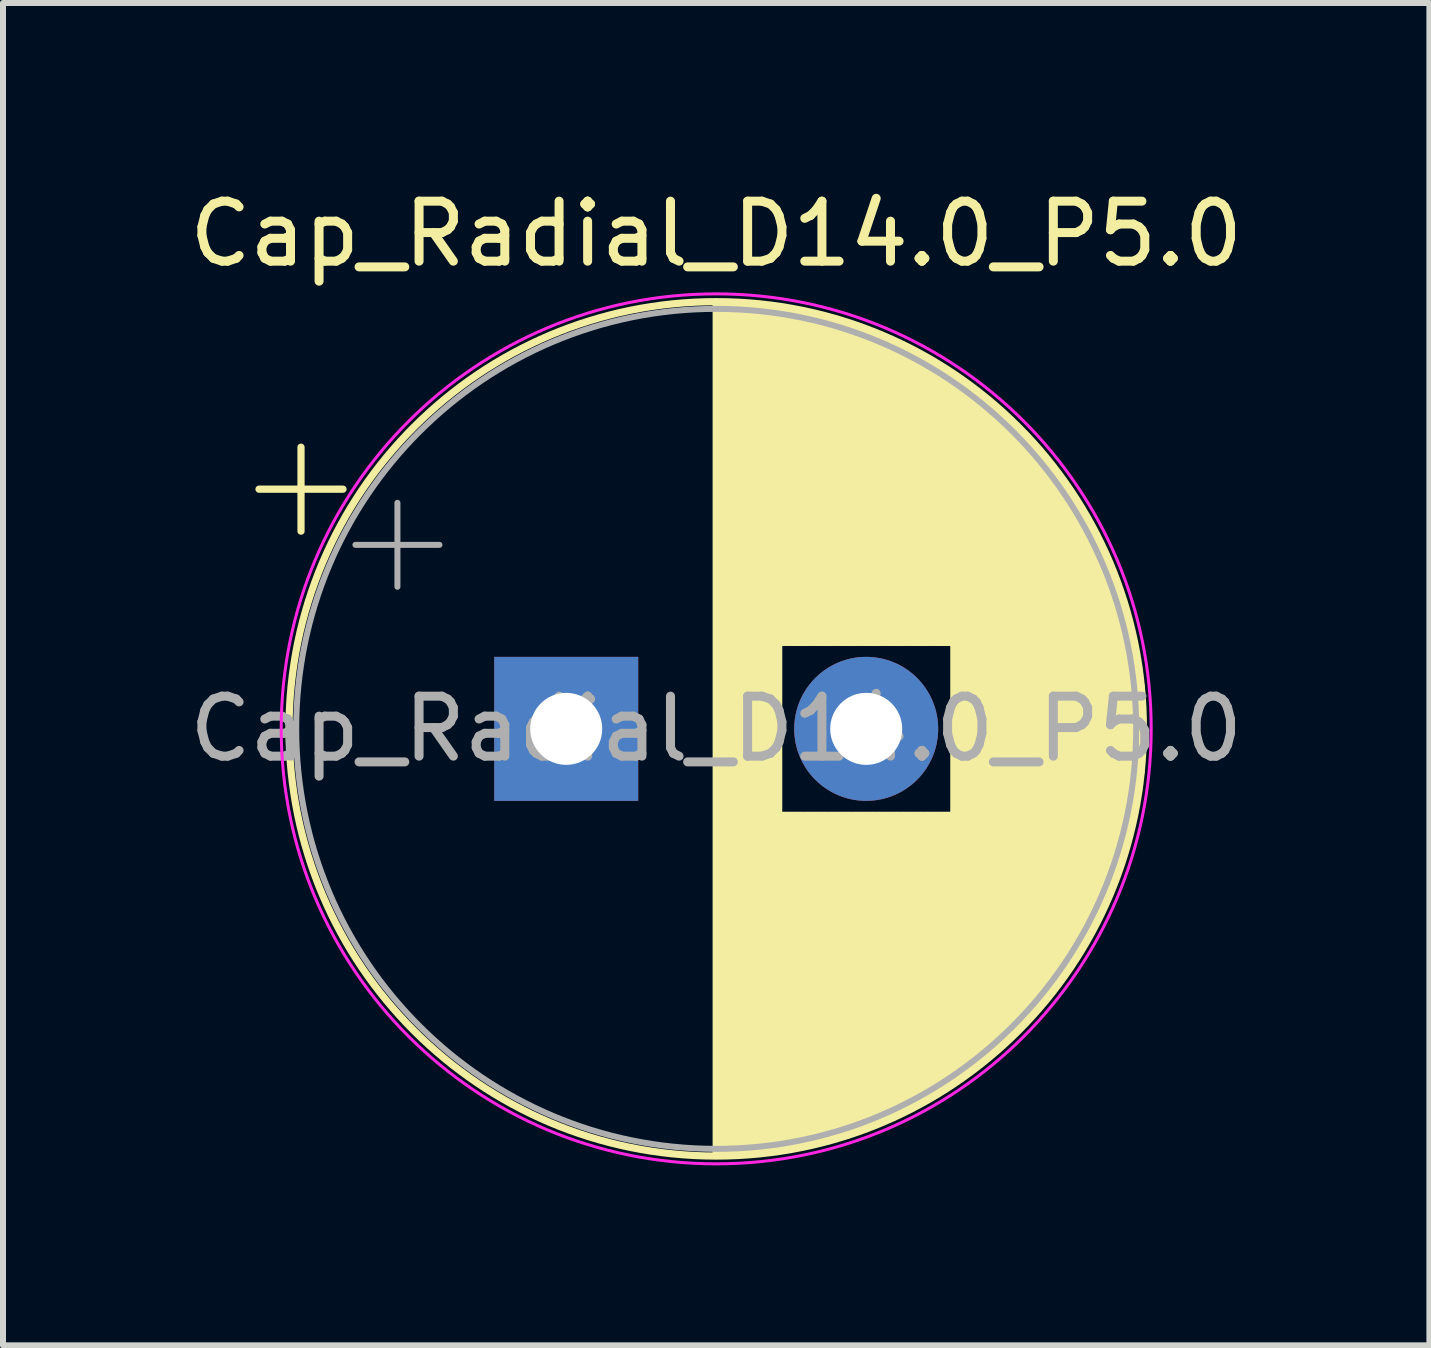
<source format=kicad_pcb>
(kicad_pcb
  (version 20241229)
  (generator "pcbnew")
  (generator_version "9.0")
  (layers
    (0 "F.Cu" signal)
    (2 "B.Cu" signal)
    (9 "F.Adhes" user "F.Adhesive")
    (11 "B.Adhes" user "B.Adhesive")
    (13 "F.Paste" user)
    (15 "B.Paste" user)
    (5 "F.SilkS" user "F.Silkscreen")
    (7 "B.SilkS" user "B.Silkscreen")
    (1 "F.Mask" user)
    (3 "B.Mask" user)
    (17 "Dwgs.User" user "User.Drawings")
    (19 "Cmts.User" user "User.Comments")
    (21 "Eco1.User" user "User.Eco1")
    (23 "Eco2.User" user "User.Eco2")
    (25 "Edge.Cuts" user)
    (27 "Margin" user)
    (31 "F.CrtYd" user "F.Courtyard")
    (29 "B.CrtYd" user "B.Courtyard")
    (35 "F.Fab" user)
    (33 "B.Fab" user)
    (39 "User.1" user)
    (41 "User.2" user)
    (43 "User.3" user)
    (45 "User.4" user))
  (footprint "Cap_Radial_D14.0_P5.0"
    (layer "F.Cu")
    (at 8.887 9.098)
    (property "Reference" "Cap_Radial_D14.0_P5.0" (at 0 -8.25 0) (layer "F.SilkS") (effects (font (size 1 1) (thickness 0.15))))
    (fp_line (start -7.62 -3.995) (end -6.22 -3.995) (stroke (width 0.12) (type solid)) (layer "F.SilkS"))
    (fp_line (start -6.92 -4.695) (end -6.92 -3.295) (stroke (width 0.12) (type solid)) (layer "F.SilkS"))
    (fp_line (start 0 -7.08) (end 0 7.08) (stroke (width 0.12) (type solid)) (layer "F.SilkS"))
    (fp_line (start 0.04 -7.08) (end 0.04 7.08) (stroke (width 0.12) (type solid)) (layer "F.SilkS"))
    (fp_line (start 0.08 -7.08) (end 0.08 7.08) (stroke (width 0.12) (type solid)) (layer "F.SilkS"))
    (fp_line (start 0.12 -7.079) (end 0.12 7.079) (stroke (width 0.12) (type solid)) (layer "F.SilkS"))
    (fp_line (start 0.16 -7.079) (end 0.16 7.079) (stroke (width 0.12) (type solid)) (layer "F.SilkS"))
    (fp_line (start 0.2 -7.078) (end 0.2 7.078) (stroke (width 0.12) (type solid)) (layer "F.SilkS"))
    (fp_line (start 0.24 -7.076) (end 0.24 7.076) (stroke (width 0.12) (type solid)) (layer "F.SilkS"))
    (fp_line (start 0.28 -7.075) (end 0.28 7.075) (stroke (width 0.12) (type solid)) (layer "F.SilkS"))
    (fp_line (start 0.32 -7.073) (end 0.32 7.073) (stroke (width 0.12) (type solid)) (layer "F.SilkS"))
    (fp_line (start 0.36 -7.071) (end 0.36 7.071) (stroke (width 0.12) (type solid)) (layer "F.SilkS"))
    (fp_line (start 0.4 -7.069) (end 0.4 7.069) (stroke (width 0.12) (type solid)) (layer "F.SilkS"))
    (fp_line (start 0.44 -7.067) (end 0.44 7.067) (stroke (width 0.12) (type solid)) (layer "F.SilkS"))
    (fp_line (start 0.48 -7.064) (end 0.48 7.064) (stroke (width 0.12) (type solid)) (layer "F.SilkS"))
    (fp_line (start 0.52 -7.061) (end 0.52 7.061) (stroke (width 0.12) (type solid)) (layer "F.SilkS"))
    (fp_line (start 0.56 -7.058) (end 0.56 7.058) (stroke (width 0.12) (type solid)) (layer "F.SilkS"))
    (fp_line (start 0.6 -7.055) (end 0.6 7.055) (stroke (width 0.12) (type solid)) (layer "F.SilkS"))
    (fp_line (start 0.64 -7.052) (end 0.64 7.052) (stroke (width 0.12) (type solid)) (layer "F.SilkS"))
    (fp_line (start 0.68 -7.048) (end 0.68 7.048) (stroke (width 0.12) (type solid)) (layer "F.SilkS"))
    (fp_line (start 0.721 -7.044) (end 0.721 7.044) (stroke (width 0.12) (type solid)) (layer "F.SilkS"))
    (fp_line (start 0.761 -7.04) (end 0.761 7.04) (stroke (width 0.12) (type solid)) (layer "F.SilkS"))
    (fp_line (start 0.801 -7.035) (end 0.801 7.035) (stroke (width 0.12) (type solid)) (layer "F.SilkS"))
    (fp_line (start 0.841 -7.031) (end 0.841 7.031) (stroke (width 0.12) (type solid)) (layer "F.SilkS"))
    (fp_line (start 0.881 -7.026) (end 0.881 7.026) (stroke (width 0.12) (type solid)) (layer "F.SilkS"))
    (fp_line (start 0.921 -7.021) (end 0.921 7.021) (stroke (width 0.12) (type solid)) (layer "F.SilkS"))
    (fp_line (start 0.961 -7.015) (end 0.961 7.015) (stroke (width 0.12) (type solid)) (layer "F.SilkS"))
    (fp_line (start 1.001 -7.01) (end 1.001 7.01) (stroke (width 0.12) (type solid)) (layer "F.SilkS"))
    (fp_line (start 1.041 -7.004) (end 1.041 7.004) (stroke (width 0.12) (type solid)) (layer "F.SilkS"))
    (fp_line (start 1.081 -6.998) (end 1.081 -1.44) (stroke (width 0.12) (type solid)) (layer "F.SilkS"))
    (fp_line (start 1.081 1.44) (end 1.081 6.998) (stroke (width 0.12) (type solid)) (layer "F.SilkS"))
    (fp_line (start 1.121 -6.992) (end 1.121 -1.44) (stroke (width 0.12) (type solid)) (layer "F.SilkS"))
    (fp_line (start 1.121 1.44) (end 1.121 6.992) (stroke (width 0.12) (type solid)) (layer "F.SilkS"))
    (fp_line (start 1.161 -6.985) (end 1.161 -1.44) (stroke (width 0.12) (type solid)) (layer "F.SilkS"))
    (fp_line (start 1.161 1.44) (end 1.161 6.985) (stroke (width 0.12) (type solid)) (layer "F.SilkS"))
    (fp_line (start 1.201 -6.979) (end 1.201 -1.44) (stroke (width 0.12) (type solid)) (layer "F.SilkS"))
    (fp_line (start 1.201 1.44) (end 1.201 6.979) (stroke (width 0.12) (type solid)) (layer "F.SilkS"))
    (fp_line (start 1.241 -6.972) (end 1.241 -1.44) (stroke (width 0.12) (type solid)) (layer "F.SilkS"))
    (fp_line (start 1.241 1.44) (end 1.241 6.972) (stroke (width 0.12) (type solid)) (layer "F.SilkS"))
    (fp_line (start 1.281 -6.964) (end 1.281 -1.44) (stroke (width 0.12) (type solid)) (layer "F.SilkS"))
    (fp_line (start 1.281 1.44) (end 1.281 6.964) (stroke (width 0.12) (type solid)) (layer "F.SilkS"))
    (fp_line (start 1.321 -6.957) (end 1.321 -1.44) (stroke (width 0.12) (type solid)) (layer "F.SilkS"))
    (fp_line (start 1.321 1.44) (end 1.321 6.957) (stroke (width 0.12) (type solid)) (layer "F.SilkS"))
    (fp_line (start 1.361 -6.949) (end 1.361 -1.44) (stroke (width 0.12) (type solid)) (layer "F.SilkS"))
    (fp_line (start 1.361 1.44) (end 1.361 6.949) (stroke (width 0.12) (type solid)) (layer "F.SilkS"))
    (fp_line (start 1.401 -6.942) (end 1.401 -1.44) (stroke (width 0.12) (type solid)) (layer "F.SilkS"))
    (fp_line (start 1.401 1.44) (end 1.401 6.942) (stroke (width 0.12) (type solid)) (layer "F.SilkS"))
    (fp_line (start 1.441 -6.933) (end 1.441 -1.44) (stroke (width 0.12) (type solid)) (layer "F.SilkS"))
    (fp_line (start 1.441 1.44) (end 1.441 6.933) (stroke (width 0.12) (type solid)) (layer "F.SilkS"))
    (fp_line (start 1.481 -6.925) (end 1.481 -1.44) (stroke (width 0.12) (type solid)) (layer "F.SilkS"))
    (fp_line (start 1.481 1.44) (end 1.481 6.925) (stroke (width 0.12) (type solid)) (layer "F.SilkS"))
    (fp_line (start 1.521 -6.916) (end 1.521 -1.44) (stroke (width 0.12) (type solid)) (layer "F.SilkS"))
    (fp_line (start 1.521 1.44) (end 1.521 6.916) (stroke (width 0.12) (type solid)) (layer "F.SilkS"))
    (fp_line (start 1.561 -6.907) (end 1.561 -1.44) (stroke (width 0.12) (type solid)) (layer "F.SilkS"))
    (fp_line (start 1.561 1.44) (end 1.561 6.907) (stroke (width 0.12) (type solid)) (layer "F.SilkS"))
    (fp_line (start 1.601 -6.898) (end 1.601 -1.44) (stroke (width 0.12) (type solid)) (layer "F.SilkS"))
    (fp_line (start 1.601 1.44) (end 1.601 6.898) (stroke (width 0.12) (type solid)) (layer "F.SilkS"))
    (fp_line (start 1.641 -6.889) (end 1.641 -1.44) (stroke (width 0.12) (type solid)) (layer "F.SilkS"))
    (fp_line (start 1.641 1.44) (end 1.641 6.889) (stroke (width 0.12) (type solid)) (layer "F.SilkS"))
    (fp_line (start 1.681 -6.879) (end 1.681 -1.44) (stroke (width 0.12) (type solid)) (layer "F.SilkS"))
    (fp_line (start 1.681 1.44) (end 1.681 6.879) (stroke (width 0.12) (type solid)) (layer "F.SilkS"))
    (fp_line (start 1.721 -6.87) (end 1.721 -1.44) (stroke (width 0.12) (type solid)) (layer "F.SilkS"))
    (fp_line (start 1.721 1.44) (end 1.721 6.87) (stroke (width 0.12) (type solid)) (layer "F.SilkS"))
    (fp_line (start 1.761 -6.86) (end 1.761 -1.44) (stroke (width 0.12) (type solid)) (layer "F.SilkS"))
    (fp_line (start 1.761 1.44) (end 1.761 6.86) (stroke (width 0.12) (type solid)) (layer "F.SilkS"))
    (fp_line (start 1.801 -6.849) (end 1.801 -1.44) (stroke (width 0.12) (type solid)) (layer "F.SilkS"))
    (fp_line (start 1.801 1.44) (end 1.801 6.849) (stroke (width 0.12) (type solid)) (layer "F.SilkS"))
    (fp_line (start 1.841 -6.839) (end 1.841 -1.44) (stroke (width 0.12) (type solid)) (layer "F.SilkS"))
    (fp_line (start 1.841 1.44) (end 1.841 6.839) (stroke (width 0.12) (type solid)) (layer "F.SilkS"))
    (fp_line (start 1.881 -6.828) (end 1.881 -1.44) (stroke (width 0.12) (type solid)) (layer "F.SilkS"))
    (fp_line (start 1.881 1.44) (end 1.881 6.828) (stroke (width 0.12) (type solid)) (layer "F.SilkS"))
    (fp_line (start 1.921 -6.817) (end 1.921 -1.44) (stroke (width 0.12) (type solid)) (layer "F.SilkS"))
    (fp_line (start 1.921 1.44) (end 1.921 6.817) (stroke (width 0.12) (type solid)) (layer "F.SilkS"))
    (fp_line (start 1.961 -6.805) (end 1.961 -1.44) (stroke (width 0.12) (type solid)) (layer "F.SilkS"))
    (fp_line (start 1.961 1.44) (end 1.961 6.805) (stroke (width 0.12) (type solid)) (layer "F.SilkS"))
    (fp_line (start 2.001 -6.794) (end 2.001 -1.44) (stroke (width 0.12) (type solid)) (layer "F.SilkS"))
    (fp_line (start 2.001 1.44) (end 2.001 6.794) (stroke (width 0.12) (type solid)) (layer "F.SilkS"))
    (fp_line (start 2.041 -6.782) (end 2.041 -1.44) (stroke (width 0.12) (type solid)) (layer "F.SilkS"))
    (fp_line (start 2.041 1.44) (end 2.041 6.782) (stroke (width 0.12) (type solid)) (layer "F.SilkS"))
    (fp_line (start 2.081 -6.77) (end 2.081 -1.44) (stroke (width 0.12) (type solid)) (layer "F.SilkS"))
    (fp_line (start 2.081 1.44) (end 2.081 6.77) (stroke (width 0.12) (type solid)) (layer "F.SilkS"))
    (fp_line (start 2.121 -6.758) (end 2.121 -1.44) (stroke (width 0.12) (type solid)) (layer "F.SilkS"))
    (fp_line (start 2.121 1.44) (end 2.121 6.758) (stroke (width 0.12) (type solid)) (layer "F.SilkS"))
    (fp_line (start 2.161 -6.745) (end 2.161 -1.44) (stroke (width 0.12) (type solid)) (layer "F.SilkS"))
    (fp_line (start 2.161 1.44) (end 2.161 6.745) (stroke (width 0.12) (type solid)) (layer "F.SilkS"))
    (fp_line (start 2.201 -6.732) (end 2.201 -1.44) (stroke (width 0.12) (type solid)) (layer "F.SilkS"))
    (fp_line (start 2.201 1.44) (end 2.201 6.732) (stroke (width 0.12) (type solid)) (layer "F.SilkS"))
    (fp_line (start 2.241 -6.719) (end 2.241 -1.44) (stroke (width 0.12) (type solid)) (layer "F.SilkS"))
    (fp_line (start 2.241 1.44) (end 2.241 6.719) (stroke (width 0.12) (type solid)) (layer "F.SilkS"))
    (fp_line (start 2.281 -6.706) (end 2.281 -1.44) (stroke (width 0.12) (type solid)) (layer "F.SilkS"))
    (fp_line (start 2.281 1.44) (end 2.281 6.706) (stroke (width 0.12) (type solid)) (layer "F.SilkS"))
    (fp_line (start 2.321 -6.692) (end 2.321 -1.44) (stroke (width 0.12) (type solid)) (layer "F.SilkS"))
    (fp_line (start 2.321 1.44) (end 2.321 6.692) (stroke (width 0.12) (type solid)) (layer "F.SilkS"))
    (fp_line (start 2.361 -6.678) (end 2.361 -1.44) (stroke (width 0.12) (type solid)) (layer "F.SilkS"))
    (fp_line (start 2.361 1.44) (end 2.361 6.678) (stroke (width 0.12) (type solid)) (layer "F.SilkS"))
    (fp_line (start 2.401 -6.664) (end 2.401 -1.44) (stroke (width 0.12) (type solid)) (layer "F.SilkS"))
    (fp_line (start 2.401 1.44) (end 2.401 6.664) (stroke (width 0.12) (type solid)) (layer "F.SilkS"))
    (fp_line (start 2.441 -6.649) (end 2.441 -1.44) (stroke (width 0.12) (type solid)) (layer "F.SilkS"))
    (fp_line (start 2.441 1.44) (end 2.441 6.649) (stroke (width 0.12) (type solid)) (layer "F.SilkS"))
    (fp_line (start 2.481 -6.635) (end 2.481 -1.44) (stroke (width 0.12) (type solid)) (layer "F.SilkS"))
    (fp_line (start 2.481 1.44) (end 2.481 6.635) (stroke (width 0.12) (type solid)) (layer "F.SilkS"))
    (fp_line (start 2.521 -6.62) (end 2.521 -1.44) (stroke (width 0.12) (type solid)) (layer "F.SilkS"))
    (fp_line (start 2.521 1.44) (end 2.521 6.62) (stroke (width 0.12) (type solid)) (layer "F.SilkS"))
    (fp_line (start 2.561 -6.604) (end 2.561 -1.44) (stroke (width 0.12) (type solid)) (layer "F.SilkS"))
    (fp_line (start 2.561 1.44) (end 2.561 6.604) (stroke (width 0.12) (type solid)) (layer "F.SilkS"))
    (fp_line (start 2.601 -6.589) (end 2.601 -1.44) (stroke (width 0.12) (type solid)) (layer "F.SilkS"))
    (fp_line (start 2.601 1.44) (end 2.601 6.589) (stroke (width 0.12) (type solid)) (layer "F.SilkS"))
    (fp_line (start 2.641 -6.573) (end 2.641 -1.44) (stroke (width 0.12) (type solid)) (layer "F.SilkS"))
    (fp_line (start 2.641 1.44) (end 2.641 6.573) (stroke (width 0.12) (type solid)) (layer "F.SilkS"))
    (fp_line (start 2.681 -6.557) (end 2.681 -1.44) (stroke (width 0.12) (type solid)) (layer "F.SilkS"))
    (fp_line (start 2.681 1.44) (end 2.681 6.557) (stroke (width 0.12) (type solid)) (layer "F.SilkS"))
    (fp_line (start 2.721 -6.54) (end 2.721 -1.44) (stroke (width 0.12) (type solid)) (layer "F.SilkS"))
    (fp_line (start 2.721 1.44) (end 2.721 6.54) (stroke (width 0.12) (type solid)) (layer "F.SilkS"))
    (fp_line (start 2.761 -6.524) (end 2.761 -1.44) (stroke (width 0.12) (type solid)) (layer "F.SilkS"))
    (fp_line (start 2.761 1.44) (end 2.761 6.524) (stroke (width 0.12) (type solid)) (layer "F.SilkS"))
    (fp_line (start 2.801 -6.507) (end 2.801 -1.44) (stroke (width 0.12) (type solid)) (layer "F.SilkS"))
    (fp_line (start 2.801 1.44) (end 2.801 6.507) (stroke (width 0.12) (type solid)) (layer "F.SilkS"))
    (fp_line (start 2.841 -6.49) (end 2.841 -1.44) (stroke (width 0.12) (type solid)) (layer "F.SilkS"))
    (fp_line (start 2.841 1.44) (end 2.841 6.49) (stroke (width 0.12) (type solid)) (layer "F.SilkS"))
    (fp_line (start 2.881 -6.472) (end 2.881 -1.44) (stroke (width 0.12) (type solid)) (layer "F.SilkS"))
    (fp_line (start 2.881 1.44) (end 2.881 6.472) (stroke (width 0.12) (type solid)) (layer "F.SilkS"))
    (fp_line (start 2.921 -6.454) (end 2.921 -1.44) (stroke (width 0.12) (type solid)) (layer "F.SilkS"))
    (fp_line (start 2.921 1.44) (end 2.921 6.454) (stroke (width 0.12) (type solid)) (layer "F.SilkS"))
    (fp_line (start 2.961 -6.436) (end 2.961 -1.44) (stroke (width 0.12) (type solid)) (layer "F.SilkS"))
    (fp_line (start 2.961 1.44) (end 2.961 6.436) (stroke (width 0.12) (type solid)) (layer "F.SilkS"))
    (fp_line (start 3.001 -6.418) (end 3.001 -1.44) (stroke (width 0.12) (type solid)) (layer "F.SilkS"))
    (fp_line (start 3.001 1.44) (end 3.001 6.418) (stroke (width 0.12) (type solid)) (layer "F.SilkS"))
    (fp_line (start 3.041 -6.399) (end 3.041 -1.44) (stroke (width 0.12) (type solid)) (layer "F.SilkS"))
    (fp_line (start 3.041 1.44) (end 3.041 6.399) (stroke (width 0.12) (type solid)) (layer "F.SilkS"))
    (fp_line (start 3.081 -6.38) (end 3.081 -1.44) (stroke (width 0.12) (type solid)) (layer "F.SilkS"))
    (fp_line (start 3.081 1.44) (end 3.081 6.38) (stroke (width 0.12) (type solid)) (layer "F.SilkS"))
    (fp_line (start 3.121 -6.36) (end 3.121 -1.44) (stroke (width 0.12) (type solid)) (layer "F.SilkS"))
    (fp_line (start 3.121 1.44) (end 3.121 6.36) (stroke (width 0.12) (type solid)) (layer "F.SilkS"))
    (fp_line (start 3.161 -6.341) (end 3.161 -1.44) (stroke (width 0.12) (type solid)) (layer "F.SilkS"))
    (fp_line (start 3.161 1.44) (end 3.161 6.341) (stroke (width 0.12) (type solid)) (layer "F.SilkS"))
    (fp_line (start 3.201 -6.321) (end 3.201 -1.44) (stroke (width 0.12) (type solid)) (layer "F.SilkS"))
    (fp_line (start 3.201 1.44) (end 3.201 6.321) (stroke (width 0.12) (type solid)) (layer "F.SilkS"))
    (fp_line (start 3.241 -6.301) (end 3.241 -1.44) (stroke (width 0.12) (type solid)) (layer "F.SilkS"))
    (fp_line (start 3.241 1.44) (end 3.241 6.301) (stroke (width 0.12) (type solid)) (layer "F.SilkS"))
    (fp_line (start 3.281 -6.28) (end 3.281 -1.44) (stroke (width 0.12) (type solid)) (layer "F.SilkS"))
    (fp_line (start 3.281 1.44) (end 3.281 6.28) (stroke (width 0.12) (type solid)) (layer "F.SilkS"))
    (fp_line (start 3.321 -6.259) (end 3.321 -1.44) (stroke (width 0.12) (type solid)) (layer "F.SilkS"))
    (fp_line (start 3.321 1.44) (end 3.321 6.259) (stroke (width 0.12) (type solid)) (layer "F.SilkS"))
    (fp_line (start 3.361 -6.238) (end 3.361 -1.44) (stroke (width 0.12) (type solid)) (layer "F.SilkS"))
    (fp_line (start 3.361 1.44) (end 3.361 6.238) (stroke (width 0.12) (type solid)) (layer "F.SilkS"))
    (fp_line (start 3.401 -6.216) (end 3.401 -1.44) (stroke (width 0.12) (type solid)) (layer "F.SilkS"))
    (fp_line (start 3.401 1.44) (end 3.401 6.216) (stroke (width 0.12) (type solid)) (layer "F.SilkS"))
    (fp_line (start 3.441 -6.194) (end 3.441 -1.44) (stroke (width 0.12) (type solid)) (layer "F.SilkS"))
    (fp_line (start 3.441 1.44) (end 3.441 6.194) (stroke (width 0.12) (type solid)) (layer "F.SilkS"))
    (fp_line (start 3.481 -6.172) (end 3.481 -1.44) (stroke (width 0.12) (type solid)) (layer "F.SilkS"))
    (fp_line (start 3.481 1.44) (end 3.481 6.172) (stroke (width 0.12) (type solid)) (layer "F.SilkS"))
    (fp_line (start 3.521 -6.15) (end 3.521 -1.44) (stroke (width 0.12) (type solid)) (layer "F.SilkS"))
    (fp_line (start 3.521 1.44) (end 3.521 6.15) (stroke (width 0.12) (type solid)) (layer "F.SilkS"))
    (fp_line (start 3.561 -6.127) (end 3.561 -1.44) (stroke (width 0.12) (type solid)) (layer "F.SilkS"))
    (fp_line (start 3.561 1.44) (end 3.561 6.127) (stroke (width 0.12) (type solid)) (layer "F.SilkS"))
    (fp_line (start 3.601 -6.103) (end 3.601 -1.44) (stroke (width 0.12) (type solid)) (layer "F.SilkS"))
    (fp_line (start 3.601 1.44) (end 3.601 6.103) (stroke (width 0.12) (type solid)) (layer "F.SilkS"))
    (fp_line (start 3.641 -6.08) (end 3.641 -1.44) (stroke (width 0.12) (type solid)) (layer "F.SilkS"))
    (fp_line (start 3.641 1.44) (end 3.641 6.08) (stroke (width 0.12) (type solid)) (layer "F.SilkS"))
    (fp_line (start 3.681 -6.056) (end 3.681 -1.44) (stroke (width 0.12) (type solid)) (layer "F.SilkS"))
    (fp_line (start 3.681 1.44) (end 3.681 6.056) (stroke (width 0.12) (type solid)) (layer "F.SilkS"))
    (fp_line (start 3.721 -6.031) (end 3.721 -1.44) (stroke (width 0.12) (type solid)) (layer "F.SilkS"))
    (fp_line (start 3.721 1.44) (end 3.721 6.031) (stroke (width 0.12) (type solid)) (layer "F.SilkS"))
    (fp_line (start 3.761 -6.007) (end 3.761 -1.44) (stroke (width 0.12) (type solid)) (layer "F.SilkS"))
    (fp_line (start 3.761 1.44) (end 3.761 6.007) (stroke (width 0.12) (type solid)) (layer "F.SilkS"))
    (fp_line (start 3.801 -5.982) (end 3.801 -1.44) (stroke (width 0.12) (type solid)) (layer "F.SilkS"))
    (fp_line (start 3.801 1.44) (end 3.801 5.982) (stroke (width 0.12) (type solid)) (layer "F.SilkS"))
    (fp_line (start 3.841 -5.956) (end 3.841 -1.44) (stroke (width 0.12) (type solid)) (layer "F.SilkS"))
    (fp_line (start 3.841 1.44) (end 3.841 5.956) (stroke (width 0.12) (type solid)) (layer "F.SilkS"))
    (fp_line (start 3.881 -5.93) (end 3.881 -1.44) (stroke (width 0.12) (type solid)) (layer "F.SilkS"))
    (fp_line (start 3.881 1.44) (end 3.881 5.93) (stroke (width 0.12) (type solid)) (layer "F.SilkS"))
    (fp_line (start 3.921 -5.904) (end 3.921 -1.44) (stroke (width 0.12) (type solid)) (layer "F.SilkS"))
    (fp_line (start 3.921 1.44) (end 3.921 5.904) (stroke (width 0.12) (type solid)) (layer "F.SilkS"))
    (fp_line (start 3.961 -5.878) (end 3.961 5.878) (stroke (width 0.12) (type solid)) (layer "F.SilkS"))
    (fp_line (start 4.001 -5.851) (end 4.001 5.851) (stroke (width 0.12) (type solid)) (layer "F.SilkS"))
    (fp_line (start 4.041 -5.823) (end 4.041 5.823) (stroke (width 0.12) (type solid)) (layer "F.SilkS"))
    (fp_line (start 4.081 -5.796) (end 4.081 5.796) (stroke (width 0.12) (type solid)) (layer "F.SilkS"))
    (fp_line (start 4.121 -5.767) (end 4.121 5.767) (stroke (width 0.12) (type solid)) (layer "F.SilkS"))
    (fp_line (start 4.161 -5.739) (end 4.161 5.739) (stroke (width 0.12) (type solid)) (layer "F.SilkS"))
    (fp_line (start 4.201 -5.71) (end 4.201 5.71) (stroke (width 0.12) (type solid)) (layer "F.SilkS"))
    (fp_line (start 4.241 -5.68) (end 4.241 5.68) (stroke (width 0.12) (type solid)) (layer "F.SilkS"))
    (fp_line (start 4.281 -5.65) (end 4.281 5.65) (stroke (width 0.12) (type solid)) (layer "F.SilkS"))
    (fp_line (start 4.321 -5.62) (end 4.321 5.62) (stroke (width 0.12) (type solid)) (layer "F.SilkS"))
    (fp_line (start 4.361 -5.589) (end 4.361 5.589) (stroke (width 0.12) (type solid)) (layer "F.SilkS"))
    (fp_line (start 4.401 -5.558) (end 4.401 5.558) (stroke (width 0.12) (type solid)) (layer "F.SilkS"))
    (fp_line (start 4.441 -5.527) (end 4.441 5.527) (stroke (width 0.12) (type solid)) (layer "F.SilkS"))
    (fp_line (start 4.481 -5.494) (end 4.481 5.494) (stroke (width 0.12) (type solid)) (layer "F.SilkS"))
    (fp_line (start 4.521 -5.462) (end 4.521 5.462) (stroke (width 0.12) (type solid)) (layer "F.SilkS"))
    (fp_line (start 4.561 -5.429) (end 4.561 5.429) (stroke (width 0.12) (type solid)) (layer "F.SilkS"))
    (fp_line (start 4.601 -5.395) (end 4.601 5.395) (stroke (width 0.12) (type solid)) (layer "F.SilkS"))
    (fp_line (start 4.641 -5.361) (end 4.641 5.361) (stroke (width 0.12) (type solid)) (layer "F.SilkS"))
    (fp_line (start 4.681 -5.326) (end 4.681 5.326) (stroke (width 0.12) (type solid)) (layer "F.SilkS"))
    (fp_line (start 4.721 -5.291) (end 4.721 5.291) (stroke (width 0.12) (type solid)) (layer "F.SilkS"))
    (fp_line (start 4.761 -5.255) (end 4.761 5.255) (stroke (width 0.12) (type solid)) (layer "F.SilkS"))
    (fp_line (start 4.801 -5.219) (end 4.801 5.219) (stroke (width 0.12) (type solid)) (layer "F.SilkS"))
    (fp_line (start 4.841 -5.182) (end 4.841 5.182) (stroke (width 0.12) (type solid)) (layer "F.SilkS"))
    (fp_line (start 4.881 -5.145) (end 4.881 5.145) (stroke (width 0.12) (type solid)) (layer "F.SilkS"))
    (fp_line (start 4.921 -5.107) (end 4.921 5.107) (stroke (width 0.12) (type solid)) (layer "F.SilkS"))
    (fp_line (start 4.961 -5.069) (end 4.961 5.069) (stroke (width 0.12) (type solid)) (layer "F.SilkS"))
    (fp_line (start 5.001 -5.029) (end 5.001 5.029) (stroke (width 0.12) (type solid)) (layer "F.SilkS"))
    (fp_line (start 5.041 -4.99) (end 5.041 4.99) (stroke (width 0.12) (type solid)) (layer "F.SilkS"))
    (fp_line (start 5.081 -4.949) (end 5.081 4.949) (stroke (width 0.12) (type solid)) (layer "F.SilkS"))
    (fp_line (start 5.121 -4.908) (end 5.121 4.908) (stroke (width 0.12) (type solid)) (layer "F.SilkS"))
    (fp_line (start 5.161 -4.866) (end 5.161 4.866) (stroke (width 0.12) (type solid)) (layer "F.SilkS"))
    (fp_line (start 5.201 -4.824) (end 5.201 4.824) (stroke (width 0.12) (type solid)) (layer "F.SilkS"))
    (fp_line (start 5.241 -4.781) (end 5.241 4.781) (stroke (width 0.12) (type solid)) (layer "F.SilkS"))
    (fp_line (start 5.281 -4.737) (end 5.281 4.737) (stroke (width 0.12) (type solid)) (layer "F.SilkS"))
    (fp_line (start 5.321 -4.693) (end 5.321 4.693) (stroke (width 0.12) (type solid)) (layer "F.SilkS"))
    (fp_line (start 5.361 -4.647) (end 5.361 4.647) (stroke (width 0.12) (type solid)) (layer "F.SilkS"))
    (fp_line (start 5.401 -4.601) (end 5.401 4.601) (stroke (width 0.12) (type solid)) (layer "F.SilkS"))
    (fp_line (start 5.441 -4.554) (end 5.441 4.554) (stroke (width 0.12) (type solid)) (layer "F.SilkS"))
    (fp_line (start 5.481 -4.506) (end 5.481 4.506) (stroke (width 0.12) (type solid)) (layer "F.SilkS"))
    (fp_line (start 5.521 -4.458) (end 5.521 4.458) (stroke (width 0.12) (type solid)) (layer "F.SilkS"))
    (fp_line (start 5.561 -4.408) (end 5.561 4.408) (stroke (width 0.12) (type solid)) (layer "F.SilkS"))
    (fp_line (start 5.601 -4.358) (end 5.601 4.358) (stroke (width 0.12) (type solid)) (layer "F.SilkS"))
    (fp_line (start 5.641 -4.306) (end 5.641 4.306) (stroke (width 0.12) (type solid)) (layer "F.SilkS"))
    (fp_line (start 5.681 -4.254) (end 5.681 4.254) (stroke (width 0.12) (type solid)) (layer "F.SilkS"))
    (fp_line (start 5.721 -4.2) (end 5.721 4.2) (stroke (width 0.12) (type solid)) (layer "F.SilkS"))
    (fp_line (start 5.761 -4.146) (end 5.761 4.146) (stroke (width 0.12) (type solid)) (layer "F.SilkS"))
    (fp_line (start 5.801 -4.09) (end 5.801 4.09) (stroke (width 0.12) (type solid)) (layer "F.SilkS"))
    (fp_line (start 5.841 -4.033) (end 5.841 4.033) (stroke (width 0.12) (type solid)) (layer "F.SilkS"))
    (fp_line (start 5.881 -3.975) (end 5.881 3.975) (stroke (width 0.12) (type solid)) (layer "F.SilkS"))
    (fp_line (start 5.921 -3.916) (end 5.921 3.916) (stroke (width 0.12) (type solid)) (layer "F.SilkS"))
    (fp_line (start 5.961 -3.856) (end 5.961 3.856) (stroke (width 0.12) (type solid)) (layer "F.SilkS"))
    (fp_line (start 6.001 -3.794) (end 6.001 3.794) (stroke (width 0.12) (type solid)) (layer "F.SilkS"))
    (fp_line (start 6.041 -3.73) (end 6.041 3.73) (stroke (width 0.12) (type solid)) (layer "F.SilkS"))
    (fp_line (start 6.081 -3.666) (end 6.081 3.666) (stroke (width 0.12) (type solid)) (layer "F.SilkS"))
    (fp_line (start 6.121 -3.599) (end 6.121 3.599) (stroke (width 0.12) (type solid)) (layer "F.SilkS"))
    (fp_line (start 6.161 -3.531) (end 6.161 3.531) (stroke (width 0.12) (type solid)) (layer "F.SilkS"))
    (fp_line (start 6.201 -3.461) (end 6.201 3.461) (stroke (width 0.12) (type solid)) (layer "F.SilkS"))
    (fp_line (start 6.241 -3.389) (end 6.241 3.389) (stroke (width 0.12) (type solid)) (layer "F.SilkS"))
    (fp_line (start 6.281 -3.315) (end 6.281 3.315) (stroke (width 0.12) (type solid)) (layer "F.SilkS"))
    (fp_line (start 6.321 -3.24) (end 6.321 3.24) (stroke (width 0.12) (type solid)) (layer "F.SilkS"))
    (fp_line (start 6.361 -3.161) (end 6.361 3.161) (stroke (width 0.12) (type solid)) (layer "F.SilkS"))
    (fp_line (start 6.401 -3.08) (end 6.401 3.08) (stroke (width 0.12) (type solid)) (layer "F.SilkS"))
    (fp_line (start 6.441 -2.997) (end 6.441 2.997) (stroke (width 0.12) (type solid)) (layer "F.SilkS"))
    (fp_line (start 6.481 -2.911) (end 6.481 2.911) (stroke (width 0.12) (type solid)) (layer "F.SilkS"))
    (fp_line (start 6.521 -2.821) (end 6.521 2.821) (stroke (width 0.12) (type solid)) (layer "F.SilkS"))
    (fp_line (start 6.561 -2.728) (end 6.561 2.728) (stroke (width 0.12) (type solid)) (layer "F.SilkS"))
    (fp_line (start 6.601 -2.632) (end 6.601 2.632) (stroke (width 0.12) (type solid)) (layer "F.SilkS"))
    (fp_line (start 6.641 -2.53) (end 6.641 2.53) (stroke (width 0.12) (type solid)) (layer "F.SilkS"))
    (fp_line (start 6.681 -2.425) (end 6.681 2.425) (stroke (width 0.12) (type solid)) (layer "F.SilkS"))
    (fp_line (start 6.721 -2.313) (end 6.721 2.313) (stroke (width 0.12) (type solid)) (layer "F.SilkS"))
    (fp_line (start 6.761 -2.196) (end 6.761 2.196) (stroke (width 0.12) (type solid)) (layer "F.SilkS"))
    (fp_line (start 6.801 -2.071) (end 6.801 2.071) (stroke (width 0.12) (type solid)) (layer "F.SilkS"))
    (fp_line (start 6.841 -1.938) (end 6.841 1.938) (stroke (width 0.12) (type solid)) (layer "F.SilkS"))
    (fp_line (start 6.881 -1.794) (end 6.881 1.794) (stroke (width 0.12) (type solid)) (layer "F.SilkS"))
    (fp_line (start 6.921 -1.636) (end 6.921 1.636) (stroke (width 0.12) (type solid)) (layer "F.SilkS"))
    (fp_line (start 6.961 -1.461) (end 6.961 1.461) (stroke (width 0.12) (type solid)) (layer "F.SilkS"))
    (fp_line (start 7.001 -1.262) (end 7.001 1.262) (stroke (width 0.12) (type solid)) (layer "F.SilkS"))
    (fp_line (start 7.041 -1.025) (end 7.041 1.025) (stroke (width 0.12) (type solid)) (layer "F.SilkS"))
    (fp_line (start 7.081 -0.714) (end 7.081 0.714) (stroke (width 0.12) (type solid)) (layer "F.SilkS"))
    (fp_circle (center 0 0) (end 7.12 0) (stroke (width 0.12) (type solid)) (fill no) (layer "F.SilkS"))
    (fp_circle (center 0 0) (end 7.25 0) (stroke (width 0.05) (type solid)) (fill no) (layer "F.CrtYd"))
    (fp_line (start -6.013 -3.067) (end -4.613 -3.067) (stroke (width 0.1) (type solid)) (layer "F.Fab"))
    (fp_line (start -5.313 -3.768) (end -5.313 -2.368) (stroke (width 0.1) (type solid)) (layer "F.Fab"))
    (fp_circle (center 0 0) (end 7 0) (stroke (width 0.1) (type solid)) (fill no) (layer "F.Fab"))
    (fp_text user "${REFERENCE}" (at 0 0 0) (layer "F.Fab") (effects (font (size 1 1) (thickness 0.15))))
    (pad "1" thru_hole rect (at -2.5 0) (size 2.4 2.4) (drill 1.2) (layers "*.Cu" "*.Mask"))
    (pad "2" thru_hole circle (at 2.5 0) (size 2.4 2.4) (drill 1.2) (layers "*.Cu" "*.Mask")))
  (gr_rect
    (start -3 -3)
    (end 20.774 19.373)
    (stroke (width 0.1) (type default))
    (fill no)
    (layer "Edge.Cuts")))
</source>
